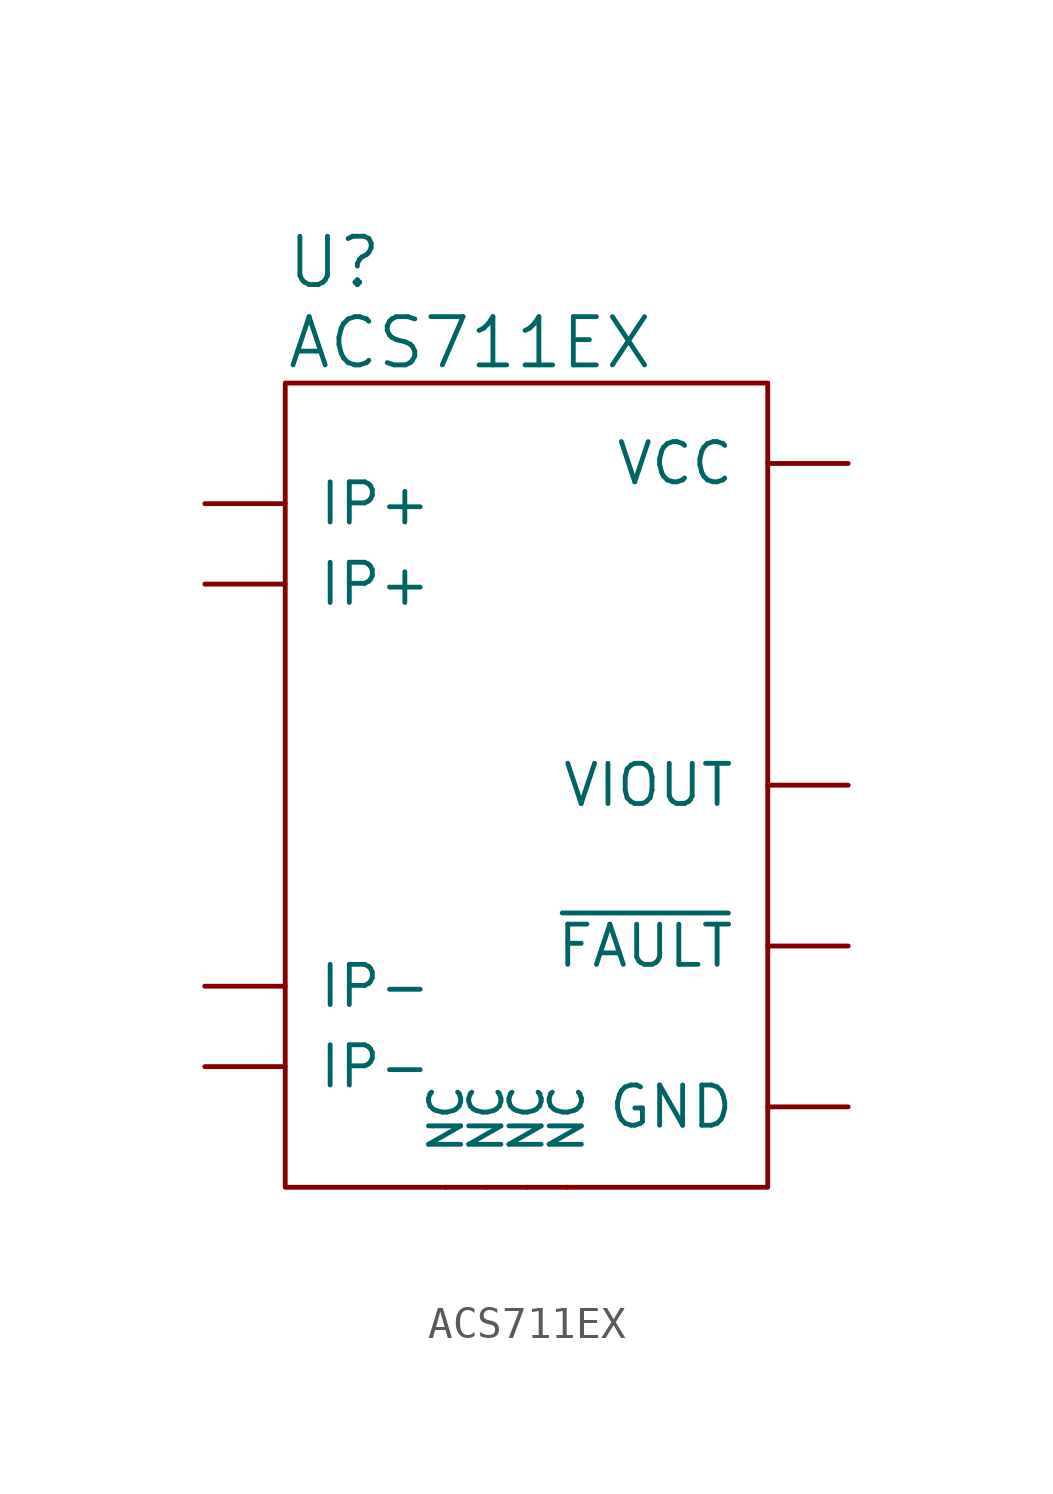
<source format=kicad_sym>
(kicad_symbol_lib
  (version 20211014)
  (generator kicad_symbol_editor)
  (symbol "ACS711EX"
    (pin_numbers hide)
    (pin_names
      (offset 1.016))
    (property "Reference" "U"
      (at -7.62 16.51 0)
      (effects (font (size 1.524 1.524)) (justify left)))
    (property "Value" "ACS711EX"
      (at -7.62 13.97 0)
      (effects (font (size 1.524 1.524)) (justify left)))
    (symbol "ACS711EX_0_1"
      (rectangle (start -7.62 12.7) (end 7.62 -12.7) (stroke (width 0) (type default) (color 0 0 0 0)) (fill (type none))))
    (symbol "ACS711EX_1_1"
      (pin passive line (at -10.16 8.89 0) (length 2.54) (name "IP+" (effects (font (size 1.27 1.27)))) (number "1" (effects (font (size 1.27 1.27)))))
      (pin passive line (at 1.27 -12.7 90) (length 0) (name "NC" (effects (font (size 1.016 1.016)))) (number "10" (effects (font (size 1.27 1.27)))))
      (pin passive line (at 10.16 0 180) (length 2.54) (name "VIOUT" (effects (font (size 1.27 1.27)))) (number "11" (effects (font (size 1.27 1.27)))))
      (pin power_in line (at 10.16 10.16 180) (length 2.54) (name "VCC" (effects (font (size 1.27 1.27)))) (number "12" (effects (font (size 1.27 1.27)))))
      (pin passive line (at -10.16 6.35 0) (length 2.54) (name "IP+" (effects (font (size 1.27 1.27)))) (number "2" (effects (font (size 1.27 1.27)))))
      (pin passive line (at -10.16 -6.35 0) (length 2.54) (name "IP-" (effects (font (size 1.27 1.27)))) (number "3" (effects (font (size 1.27 1.27)))))
      (pin passive line (at -10.16 -8.89 0) (length 2.54) (name "IP-" (effects (font (size 1.27 1.27)))) (number "4" (effects (font (size 1.27 1.27)))))
      (pin power_in line (at 10.16 -10.16 180) (length 2.54) (name "GND" (effects (font (size 1.27 1.27)))) (number "5" (effects (font (size 1.27 1.27)))))
      (pin open_collector line (at 10.16 -5.08 180) (length 2.54) (name "~{FAULT}" (effects (font (size 1.27 1.27)))) (number "6" (effects (font (size 1.27 1.27)))))
      (pin passive line (at -2.54 -12.7 90) (length 0) (name "NC" (effects (font (size 1.016 1.016)))) (number "7" (effects (font (size 1.27 1.27)))))
      (pin passive line (at -1.27 -12.7 90) (length 0) (name "NC" (effects (font (size 1.016 1.016)))) (number "8" (effects (font (size 1.27 1.27)))))
      (pin passive line (at 0 -12.7 90) (length 0) (name "NC" (effects (font (size 1.016 1.016)))) (number "9" (effects (font (size 1.27 1.27))))))))
</source>
